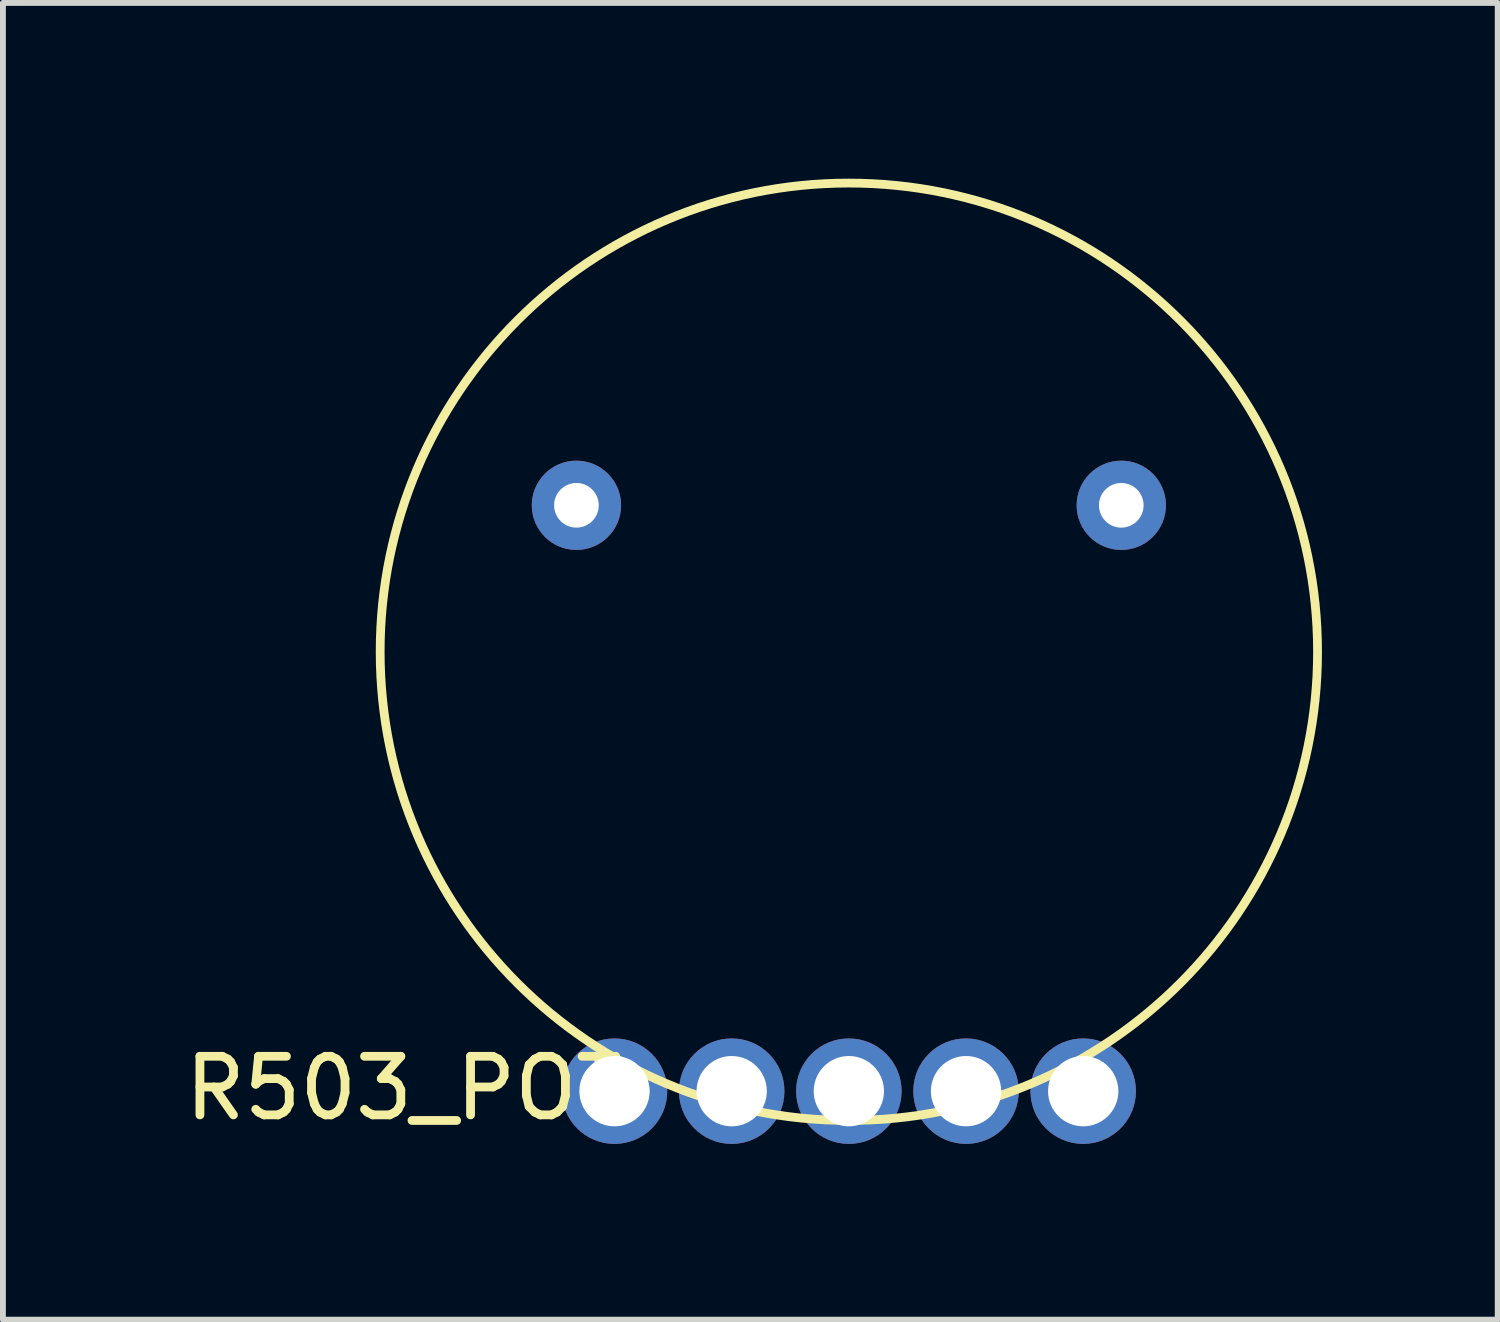
<source format=kicad_pcb>
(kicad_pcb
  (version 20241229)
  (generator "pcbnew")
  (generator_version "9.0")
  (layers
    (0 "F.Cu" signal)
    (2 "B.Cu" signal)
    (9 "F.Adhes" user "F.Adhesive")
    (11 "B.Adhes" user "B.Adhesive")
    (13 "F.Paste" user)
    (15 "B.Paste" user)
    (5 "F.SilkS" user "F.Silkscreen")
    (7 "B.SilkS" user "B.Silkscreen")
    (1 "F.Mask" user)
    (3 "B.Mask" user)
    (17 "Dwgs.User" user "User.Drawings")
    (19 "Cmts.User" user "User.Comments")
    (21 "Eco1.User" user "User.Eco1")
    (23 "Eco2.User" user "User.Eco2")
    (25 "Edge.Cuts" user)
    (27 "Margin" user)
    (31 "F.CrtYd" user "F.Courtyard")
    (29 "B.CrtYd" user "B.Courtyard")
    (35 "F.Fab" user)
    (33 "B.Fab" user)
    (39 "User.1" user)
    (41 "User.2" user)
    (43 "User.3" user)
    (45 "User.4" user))
  (footprint "R503_POT"
    (layer "F.Cu")
    (at 11.439 15.575)
    (property "Reference" "R503_POT" (at -7.6 -0.05 0) (layer "F.SilkS") (effects (font (size 1 1) (thickness 0.15))))
    (attr through_hole)
    (fp_circle (center 0 -7.5) (end 0 0.5) (stroke (width 0.15) (type solid)) (fill no) (layer "F.SilkS"))
    (pad "1" thru_hole circle (at -4 0) (size 1.8 1.8) (drill 1.2) (layers "*.Cu" "*.Mask"))
    (pad "2" thru_hole circle (at -2 0) (size 1.8 1.8) (drill 1.2) (layers "*.Cu" "*.Mask"))
    (pad "3" thru_hole circle (at 0 0) (size 1.8 1.8) (drill 1.2) (layers "*.Cu" "*.Mask"))
    (pad "4" thru_hole circle (at 2 0) (size 1.8 1.8) (drill 1.2) (layers "*.Cu" "*.Mask"))
    (pad "5" thru_hole circle (at 4 0) (size 1.8 1.8) (drill 1.2) (layers "*.Cu" "*.Mask"))
    (pad "~" thru_hole circle (at -4.65 -10) (size 1.524 1.524) (drill 0.762) (layers "*.Cu" "*.Mask"))
    (pad "~" thru_hole circle (at 4.65 -10) (size 1.524 1.524) (drill 0.762) (layers "*.Cu" "*.Mask")))
  (gr_rect
    (start -3 -3)
    (end 22.514 19.475)
    (stroke (width 0.1) (type default))
    (fill no)
    (layer "Edge.Cuts")))
</source>
